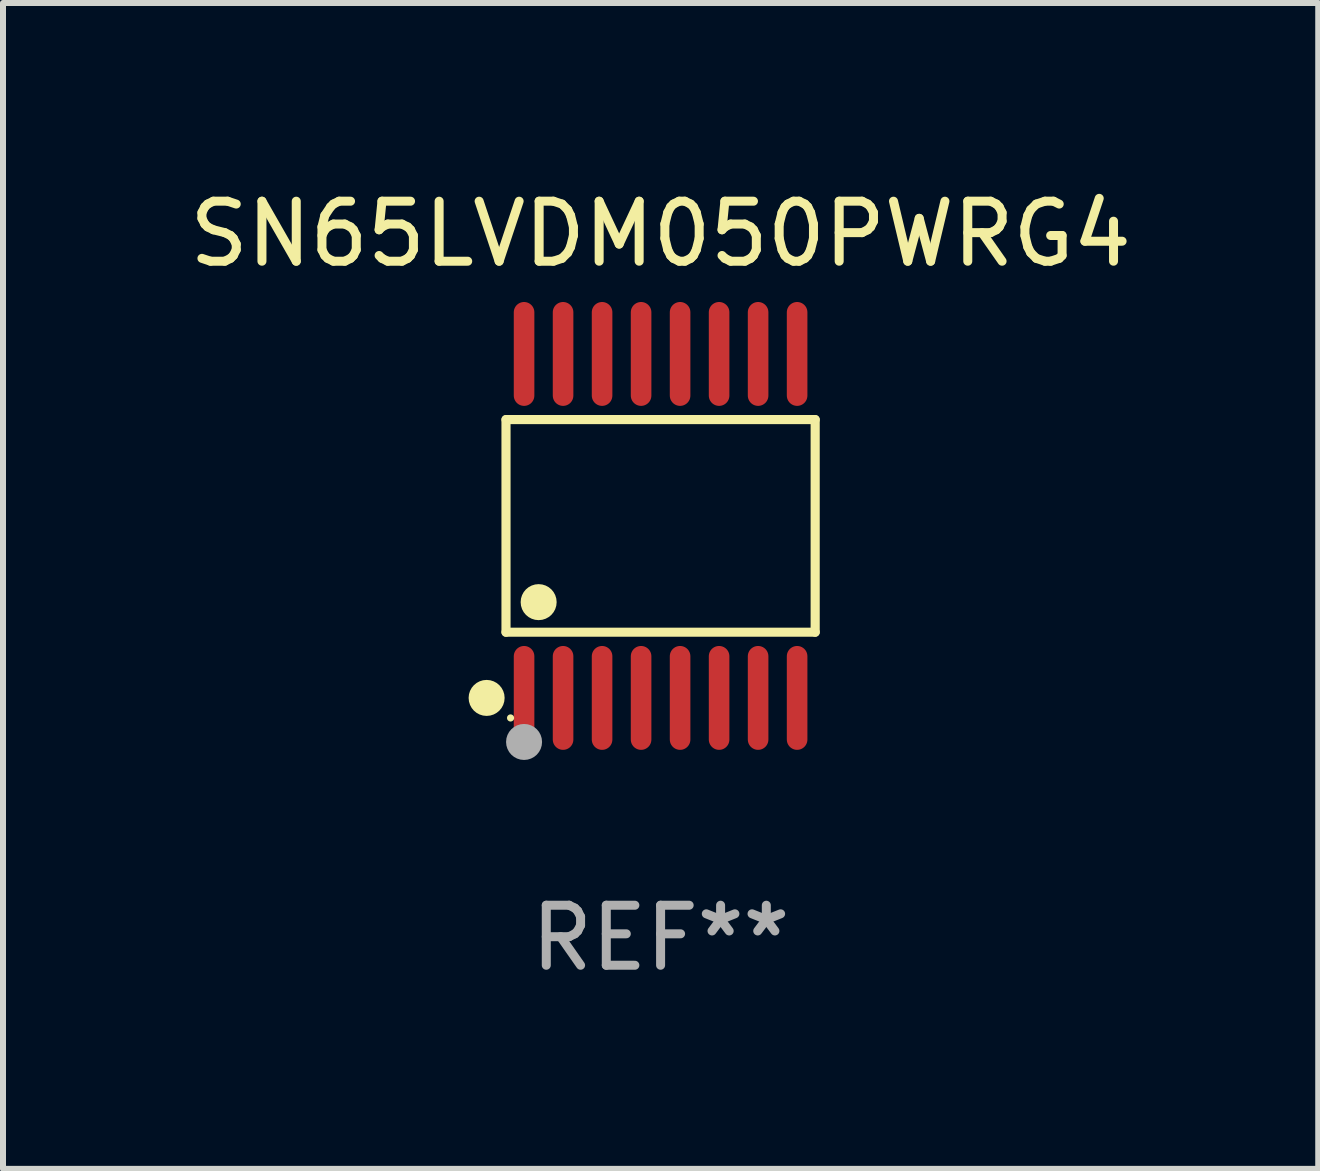
<source format=kicad_pcb>
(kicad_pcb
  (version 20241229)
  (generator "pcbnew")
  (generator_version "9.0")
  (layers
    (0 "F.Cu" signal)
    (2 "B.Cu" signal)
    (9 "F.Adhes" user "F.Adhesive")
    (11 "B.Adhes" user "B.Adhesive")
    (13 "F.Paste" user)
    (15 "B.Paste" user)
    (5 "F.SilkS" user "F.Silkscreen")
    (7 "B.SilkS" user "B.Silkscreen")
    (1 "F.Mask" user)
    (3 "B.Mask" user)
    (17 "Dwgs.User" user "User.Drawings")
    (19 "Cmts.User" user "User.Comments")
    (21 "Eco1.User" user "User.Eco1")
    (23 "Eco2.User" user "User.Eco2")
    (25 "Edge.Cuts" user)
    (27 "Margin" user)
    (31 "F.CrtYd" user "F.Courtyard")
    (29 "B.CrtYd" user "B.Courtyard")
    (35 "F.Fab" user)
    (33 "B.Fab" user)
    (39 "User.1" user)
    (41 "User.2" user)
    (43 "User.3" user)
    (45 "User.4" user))
  (footprint "SN65LVDM050PWRG4"
    (layer "F.Cu")
    (at 7.958 5.714)
    (property "Reference" "SN65LVDM050PWRG4" (at 0 -4.866 0) (layer "F.SilkS") (effects (font (size 1 1) (thickness 0.15))))
    (attr through_hole)
    (fp_line (start -2.576 -1.772) (end 2.576 -1.772) (stroke (width 0.152) (type solid)) (layer "F.SilkS"))
    (fp_line (start -2.576 1.771) (end -2.576 -1.772) (stroke (width 0.152) (type solid)) (layer "F.SilkS"))
    (fp_line (start 2.576 -1.772) (end 2.576 1.771) (stroke (width 0.152) (type solid)) (layer "F.SilkS"))
    (fp_line (start 2.576 1.771) (end -2.576 1.771) (stroke (width 0.152) (type solid)) (layer "F.SilkS"))
    (fp_circle (center -2.899 2.866) (end -2.749 2.866) (stroke (width 0.3) (type solid)) (fill no) (layer "F.SilkS"))
    (fp_circle (center -2.5 3.2) (end -2.47 3.2) (stroke (width 0.06) (type solid)) (fill no) (layer "F.SilkS"))
    (fp_circle (center -2.032 1.27) (end -1.882 1.27) (stroke (width 0.3) (type solid)) (fill no) (layer "F.SilkS"))
    (fp_circle (center -2.275 3.6) (end -2.125 3.6) (stroke (width 0.3) (type solid)) (fill no) (layer "F.Fab"))
    (fp_text user "REF**" (at 0 6.866 0) (layer "F.Fab") (effects (font (size 1 1) (thickness 0.15))))
    (pad "1" smd oval (at -2.275 2.866) (size 0.343 1.731) (layers "F.Cu" "F.Mask" "F.Paste"))
    (pad "2" smd oval (at -1.625 2.866) (size 0.343 1.731) (layers "F.Cu" "F.Mask" "F.Paste"))
    (pad "3" smd oval (at -0.975 2.866) (size 0.343 1.731) (layers "F.Cu" "F.Mask" "F.Paste"))
    (pad "4" smd oval (at -0.325 2.866) (size 0.343 1.731) (layers "F.Cu" "F.Mask" "F.Paste"))
    (pad "5" smd oval (at 0.325 2.866) (size 0.343 1.731) (layers "F.Cu" "F.Mask" "F.Paste"))
    (pad "6" smd oval (at 0.975 2.866) (size 0.343 1.731) (layers "F.Cu" "F.Mask" "F.Paste"))
    (pad "7" smd oval (at 1.625 2.866) (size 0.343 1.731) (layers "F.Cu" "F.Mask" "F.Paste"))
    (pad "8" smd oval (at 2.275 2.866) (size 0.343 1.731) (layers "F.Cu" "F.Mask" "F.Paste"))
    (pad "9" smd oval (at 2.275 -2.866) (size 0.343 1.731) (layers "F.Cu" "F.Mask" "F.Paste"))
    (pad "10" smd oval (at 1.625 -2.866) (size 0.343 1.731) (layers "F.Cu" "F.Mask" "F.Paste"))
    (pad "11" smd oval (at 0.975 -2.866) (size 0.343 1.731) (layers "F.Cu" "F.Mask" "F.Paste"))
    (pad "12" smd oval (at 0.325 -2.866) (size 0.343 1.731) (layers "F.Cu" "F.Mask" "F.Paste"))
    (pad "13" smd oval (at -0.325 -2.866) (size 0.343 1.731) (layers "F.Cu" "F.Mask" "F.Paste"))
    (pad "14" smd oval (at -0.975 -2.866) (size 0.343 1.731) (layers "F.Cu" "F.Mask" "F.Paste"))
    (pad "15" smd oval (at -1.625 -2.866) (size 0.343 1.731) (layers "F.Cu" "F.Mask" "F.Paste"))
    (pad "16" smd oval (at -2.275 -2.866) (size 0.343 1.731) (layers "F.Cu" "F.Mask" "F.Paste")))
  (gr_rect
    (start -3 -3)
    (end 18.917 16.428)
    (stroke (width 0.1) (type default))
    (fill no)
    (layer "Edge.Cuts")))
</source>
